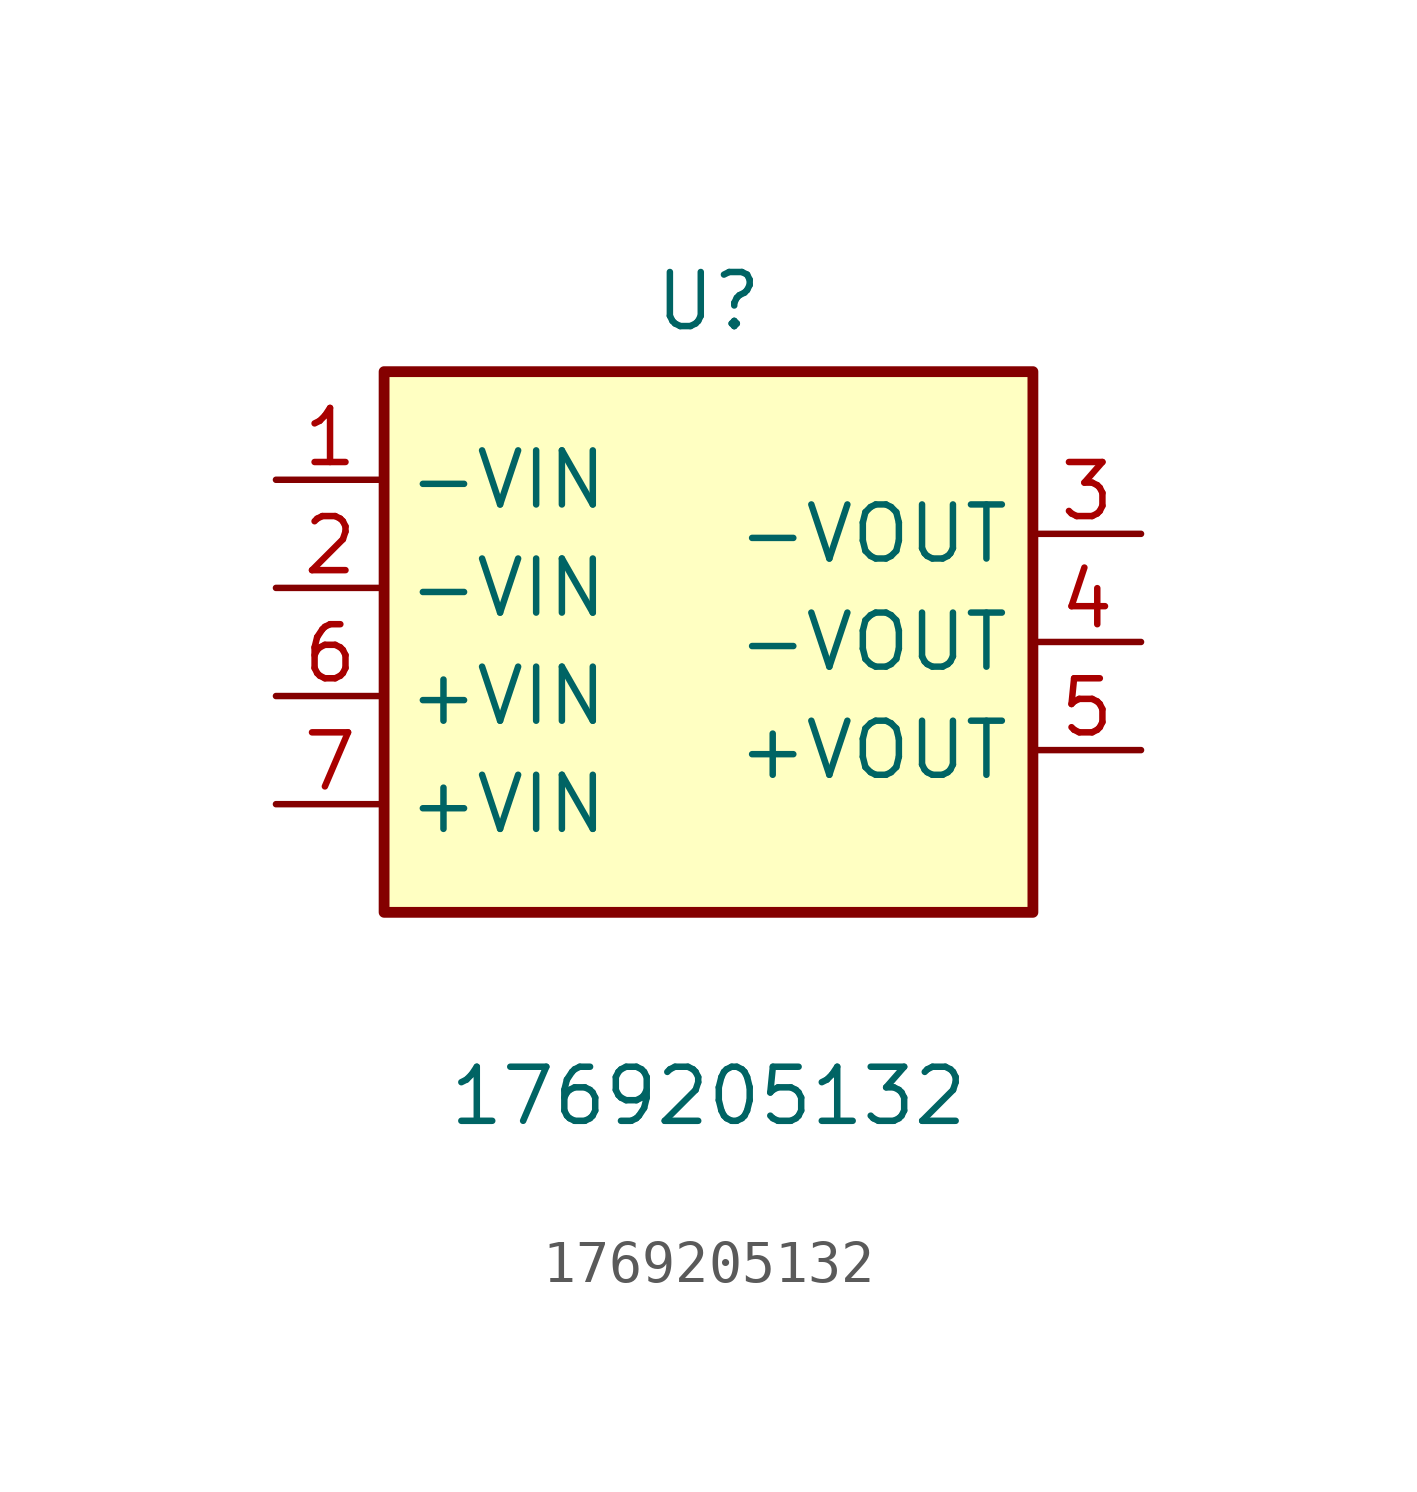
<source format=kicad_sym>
(kicad_symbol_lib
  (version 20220914)
  (generator kicad_symbol_editor)
  (symbol "1769205132"
    (property "Reference" "U"
      (at 0 8 0)
      (effects (font (size 1.27 1.27))))
    (property "Value" "1769205132"
      (at 0 -10.668 0)
      (effects (font (size 1.27 1.27))))
    (symbol "1769205132_1_0"
      (rectangle (start -7.62 6.35) (end 7.62 -6.35) (stroke (width 0.254) (type solid)) (fill (type background))))
    (symbol "1769205132_1_1"
      (pin power_in line (at -10.16 3.81 0) (length 2.54) (name "-VIN" (effects (font (size 1.27 1.27)))) (number "1" (effects (font (size 1.27 1.27)))))
      (pin power_in line (at -10.16 1.27 0) (length 2.54) (name "-VIN" (effects (font (size 1.27 1.27)))) (number "2" (effects (font (size 1.27 1.27)))))
      (pin power_out line (at 10.16 2.54 180) (length 2.54) (name "-VOUT" (effects (font (size 1.27 1.27)))) (number "3" (effects (font (size 1.27 1.27)))))
      (pin power_out line (at 10.16 0 180) (length 2.54) (name "-VOUT" (effects (font (size 1.27 1.27)))) (number "4" (effects (font (size 1.27 1.27)))))
      (pin power_out line (at 10.16 -2.54 180) (length 2.54) (name "+VOUT" (effects (font (size 1.27 1.27)))) (number "5" (effects (font (size 1.27 1.27)))))
      (pin power_in line (at -10.16 -1.27 0) (length 2.54) (name "+VIN" (effects (font (size 1.27 1.27)))) (number "6" (effects (font (size 1.27 1.27)))))
      (pin power_in line (at -10.16 -3.81 0) (length 2.54) (name "+VIN" (effects (font (size 1.27 1.27)))) (number "7" (effects (font (size 1.27 1.27))))))))
</source>
